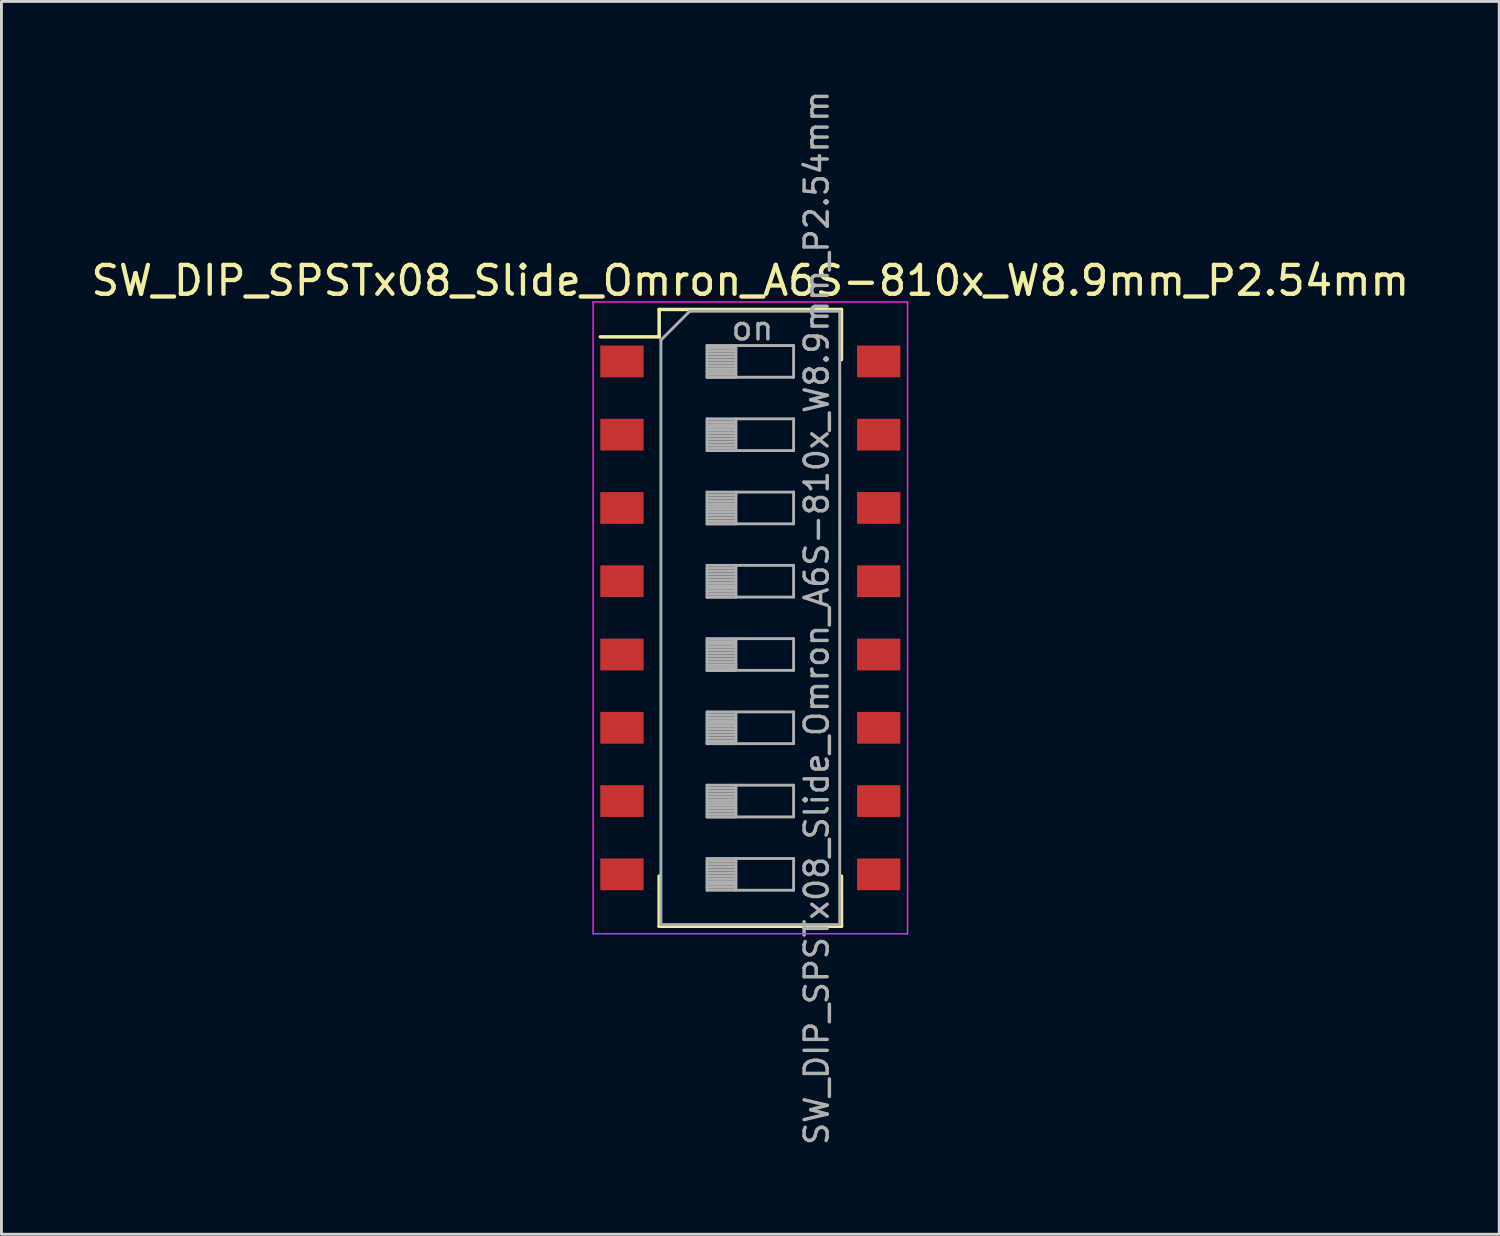
<source format=kicad_pcb>
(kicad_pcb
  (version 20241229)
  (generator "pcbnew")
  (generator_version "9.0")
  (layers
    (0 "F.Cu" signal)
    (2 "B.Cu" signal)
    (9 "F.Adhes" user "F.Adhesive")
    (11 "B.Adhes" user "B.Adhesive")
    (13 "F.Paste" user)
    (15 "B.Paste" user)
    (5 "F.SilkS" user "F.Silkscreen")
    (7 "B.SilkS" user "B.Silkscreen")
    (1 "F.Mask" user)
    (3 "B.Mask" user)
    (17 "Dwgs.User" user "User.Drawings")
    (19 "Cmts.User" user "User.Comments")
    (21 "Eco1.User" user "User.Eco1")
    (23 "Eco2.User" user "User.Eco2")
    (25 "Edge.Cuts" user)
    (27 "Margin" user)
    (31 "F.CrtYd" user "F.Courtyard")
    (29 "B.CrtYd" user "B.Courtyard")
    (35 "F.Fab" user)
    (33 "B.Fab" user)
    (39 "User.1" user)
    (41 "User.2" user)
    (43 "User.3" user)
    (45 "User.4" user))
  (footprint "SW_DIP_SPSTx08_Slide_Omron_A6S-810x_W8.9mm_P2.54mm"
    (layer "F.Cu")
    (at 22.958 18.367)
    (property "Reference" "SW_DIP_SPSTx08_Slide_Omron_A6S-810x_W8.9mm_P2.54mm" (at 0 -11.69 0) (layer "F.SilkS") (effects (font (size 1 1) (thickness 0.15))))
    (attr smd)
    (fp_line (start -5.2 -9.741) (end -3.16 -9.741) (stroke (width 0.12) (type solid)) (layer "F.SilkS"))
    (fp_line (start -3.16 -10.69) (end -3.16 -9.741) (stroke (width 0.12) (type solid)) (layer "F.SilkS"))
    (fp_line (start -3.16 -10.69) (end 3.16 -10.69) (stroke (width 0.12) (type solid)) (layer "F.SilkS"))
    (fp_line (start -3.16 8.95) (end -3.16 10.69) (stroke (width 0.12) (type solid)) (layer "F.SilkS"))
    (fp_line (start -3.16 10.69) (end 3.16 10.69) (stroke (width 0.12) (type solid)) (layer "F.SilkS"))
    (fp_line (start 3.16 -10.69) (end 3.16 -8.951) (stroke (width 0.12) (type solid)) (layer "F.SilkS"))
    (fp_line (start 3.16 8.95) (end 3.16 10.69) (stroke (width 0.12) (type solid)) (layer "F.SilkS"))
    (fp_line (start -5.45 -10.95) (end -5.45 10.95) (stroke (width 0.05) (type solid)) (layer "F.CrtYd"))
    (fp_line (start -5.45 10.95) (end 5.45 10.95) (stroke (width 0.05) (type solid)) (layer "F.CrtYd"))
    (fp_line (start 5.45 -10.95) (end -5.45 -10.95) (stroke (width 0.05) (type solid)) (layer "F.CrtYd"))
    (fp_line (start 5.45 10.95) (end 5.45 -10.95) (stroke (width 0.05) (type solid)) (layer "F.CrtYd"))
    (fp_line (start -3.1 -9.63) (end -2.1 -10.63) (stroke (width 0.1) (type solid)) (layer "F.Fab"))
    (fp_line (start -3.1 10.63) (end -3.1 -9.63) (stroke (width 0.1) (type solid)) (layer "F.Fab"))
    (fp_line (start -2.1 -10.63) (end 3.1 -10.63) (stroke (width 0.1) (type solid)) (layer "F.Fab"))
    (fp_line (start -1.5 -9.44) (end -1.5 -8.34) (stroke (width 0.1) (type solid)) (layer "F.Fab"))
    (fp_line (start -1.5 -9.34) (end -0.5 -9.34) (stroke (width 0.1) (type solid)) (layer "F.Fab"))
    (fp_line (start -1.5 -9.24) (end -0.5 -9.24) (stroke (width 0.1) (type solid)) (layer "F.Fab"))
    (fp_line (start -1.5 -9.14) (end -0.5 -9.14) (stroke (width 0.1) (type solid)) (layer "F.Fab"))
    (fp_line (start -1.5 -9.04) (end -0.5 -9.04) (stroke (width 0.1) (type solid)) (layer "F.Fab"))
    (fp_line (start -1.5 -8.94) (end -0.5 -8.94) (stroke (width 0.1) (type solid)) (layer "F.Fab"))
    (fp_line (start -1.5 -8.84) (end -0.5 -8.84) (stroke (width 0.1) (type solid)) (layer "F.Fab"))
    (fp_line (start -1.5 -8.74) (end -0.5 -8.74) (stroke (width 0.1) (type solid)) (layer "F.Fab"))
    (fp_line (start -1.5 -8.64) (end -0.5 -8.64) (stroke (width 0.1) (type solid)) (layer "F.Fab"))
    (fp_line (start -1.5 -8.54) (end -0.5 -8.54) (stroke (width 0.1) (type solid)) (layer "F.Fab"))
    (fp_line (start -1.5 -8.44) (end -0.5 -8.44) (stroke (width 0.1) (type solid)) (layer "F.Fab"))
    (fp_line (start -1.5 -8.34) (end -0.5 -8.34) (stroke (width 0.1) (type solid)) (layer "F.Fab"))
    (fp_line (start -1.5 -8.34) (end 1.5 -8.34) (stroke (width 0.1) (type solid)) (layer "F.Fab"))
    (fp_line (start -1.5 -6.9) (end -1.5 -5.8) (stroke (width 0.1) (type solid)) (layer "F.Fab"))
    (fp_line (start -1.5 -6.8) (end -0.5 -6.8) (stroke (width 0.1) (type solid)) (layer "F.Fab"))
    (fp_line (start -1.5 -6.7) (end -0.5 -6.7) (stroke (width 0.1) (type solid)) (layer "F.Fab"))
    (fp_line (start -1.5 -6.6) (end -0.5 -6.6) (stroke (width 0.1) (type solid)) (layer "F.Fab"))
    (fp_line (start -1.5 -6.5) (end -0.5 -6.5) (stroke (width 0.1) (type solid)) (layer "F.Fab"))
    (fp_line (start -1.5 -6.4) (end -0.5 -6.4) (stroke (width 0.1) (type solid)) (layer "F.Fab"))
    (fp_line (start -1.5 -6.3) (end -0.5 -6.3) (stroke (width 0.1) (type solid)) (layer "F.Fab"))
    (fp_line (start -1.5 -6.2) (end -0.5 -6.2) (stroke (width 0.1) (type solid)) (layer "F.Fab"))
    (fp_line (start -1.5 -6.1) (end -0.5 -6.1) (stroke (width 0.1) (type solid)) (layer "F.Fab"))
    (fp_line (start -1.5 -6) (end -0.5 -6) (stroke (width 0.1) (type solid)) (layer "F.Fab"))
    (fp_line (start -1.5 -5.9) (end -0.5 -5.9) (stroke (width 0.1) (type solid)) (layer "F.Fab"))
    (fp_line (start -1.5 -5.8) (end 1.5 -5.8) (stroke (width 0.1) (type solid)) (layer "F.Fab"))
    (fp_line (start -1.5 -4.36) (end -1.5 -3.26) (stroke (width 0.1) (type solid)) (layer "F.Fab"))
    (fp_line (start -1.5 -4.26) (end -0.5 -4.26) (stroke (width 0.1) (type solid)) (layer "F.Fab"))
    (fp_line (start -1.5 -4.16) (end -0.5 -4.16) (stroke (width 0.1) (type solid)) (layer "F.Fab"))
    (fp_line (start -1.5 -4.06) (end -0.5 -4.06) (stroke (width 0.1) (type solid)) (layer "F.Fab"))
    (fp_line (start -1.5 -3.96) (end -0.5 -3.96) (stroke (width 0.1) (type solid)) (layer "F.Fab"))
    (fp_line (start -1.5 -3.86) (end -0.5 -3.86) (stroke (width 0.1) (type solid)) (layer "F.Fab"))
    (fp_line (start -1.5 -3.76) (end -0.5 -3.76) (stroke (width 0.1) (type solid)) (layer "F.Fab"))
    (fp_line (start -1.5 -3.66) (end -0.5 -3.66) (stroke (width 0.1) (type solid)) (layer "F.Fab"))
    (fp_line (start -1.5 -3.56) (end -0.5 -3.56) (stroke (width 0.1) (type solid)) (layer "F.Fab"))
    (fp_line (start -1.5 -3.46) (end -0.5 -3.46) (stroke (width 0.1) (type solid)) (layer "F.Fab"))
    (fp_line (start -1.5 -3.36) (end -0.5 -3.36) (stroke (width 0.1) (type solid)) (layer "F.Fab"))
    (fp_line (start -1.5 -3.26) (end -0.5 -3.26) (stroke (width 0.1) (type solid)) (layer "F.Fab"))
    (fp_line (start -1.5 -3.26) (end 1.5 -3.26) (stroke (width 0.1) (type solid)) (layer "F.Fab"))
    (fp_line (start -1.5 -1.82) (end -1.5 -0.72) (stroke (width 0.1) (type solid)) (layer "F.Fab"))
    (fp_line (start -1.5 -1.72) (end -0.5 -1.72) (stroke (width 0.1) (type solid)) (layer "F.Fab"))
    (fp_line (start -1.5 -1.62) (end -0.5 -1.62) (stroke (width 0.1) (type solid)) (layer "F.Fab"))
    (fp_line (start -1.5 -1.52) (end -0.5 -1.52) (stroke (width 0.1) (type solid)) (layer "F.Fab"))
    (fp_line (start -1.5 -1.42) (end -0.5 -1.42) (stroke (width 0.1) (type solid)) (layer "F.Fab"))
    (fp_line (start -1.5 -1.32) (end -0.5 -1.32) (stroke (width 0.1) (type solid)) (layer "F.Fab"))
    (fp_line (start -1.5 -1.22) (end -0.5 -1.22) (stroke (width 0.1) (type solid)) (layer "F.Fab"))
    (fp_line (start -1.5 -1.12) (end -0.5 -1.12) (stroke (width 0.1) (type solid)) (layer "F.Fab"))
    (fp_line (start -1.5 -1.02) (end -0.5 -1.02) (stroke (width 0.1) (type solid)) (layer "F.Fab"))
    (fp_line (start -1.5 -0.92) (end -0.5 -0.92) (stroke (width 0.1) (type solid)) (layer "F.Fab"))
    (fp_line (start -1.5 -0.82) (end -0.5 -0.82) (stroke (width 0.1) (type solid)) (layer "F.Fab"))
    (fp_line (start -1.5 -0.72) (end -0.5 -0.72) (stroke (width 0.1) (type solid)) (layer "F.Fab"))
    (fp_line (start -1.5 -0.72) (end 1.5 -0.72) (stroke (width 0.1) (type solid)) (layer "F.Fab"))
    (fp_line (start -1.5 0.72) (end -1.5 1.82) (stroke (width 0.1) (type solid)) (layer "F.Fab"))
    (fp_line (start -1.5 0.82) (end -0.5 0.82) (stroke (width 0.1) (type solid)) (layer "F.Fab"))
    (fp_line (start -1.5 0.92) (end -0.5 0.92) (stroke (width 0.1) (type solid)) (layer "F.Fab"))
    (fp_line (start -1.5 1.02) (end -0.5 1.02) (stroke (width 0.1) (type solid)) (layer "F.Fab"))
    (fp_line (start -1.5 1.12) (end -0.5 1.12) (stroke (width 0.1) (type solid)) (layer "F.Fab"))
    (fp_line (start -1.5 1.22) (end -0.5 1.22) (stroke (width 0.1) (type solid)) (layer "F.Fab"))
    (fp_line (start -1.5 1.32) (end -0.5 1.32) (stroke (width 0.1) (type solid)) (layer "F.Fab"))
    (fp_line (start -1.5 1.42) (end -0.5 1.42) (stroke (width 0.1) (type solid)) (layer "F.Fab"))
    (fp_line (start -1.5 1.52) (end -0.5 1.52) (stroke (width 0.1) (type solid)) (layer "F.Fab"))
    (fp_line (start -1.5 1.62) (end -0.5 1.62) (stroke (width 0.1) (type solid)) (layer "F.Fab"))
    (fp_line (start -1.5 1.72) (end -0.5 1.72) (stroke (width 0.1) (type solid)) (layer "F.Fab"))
    (fp_line (start -1.5 1.82) (end -0.5 1.82) (stroke (width 0.1) (type solid)) (layer "F.Fab"))
    (fp_line (start -1.5 1.82) (end 1.5 1.82) (stroke (width 0.1) (type solid)) (layer "F.Fab"))
    (fp_line (start -1.5 3.26) (end -1.5 4.36) (stroke (width 0.1) (type solid)) (layer "F.Fab"))
    (fp_line (start -1.5 3.36) (end -0.5 3.36) (stroke (width 0.1) (type solid)) (layer "F.Fab"))
    (fp_line (start -1.5 3.46) (end -0.5 3.46) (stroke (width 0.1) (type solid)) (layer "F.Fab"))
    (fp_line (start -1.5 3.56) (end -0.5 3.56) (stroke (width 0.1) (type solid)) (layer "F.Fab"))
    (fp_line (start -1.5 3.66) (end -0.5 3.66) (stroke (width 0.1) (type solid)) (layer "F.Fab"))
    (fp_line (start -1.5 3.76) (end -0.5 3.76) (stroke (width 0.1) (type solid)) (layer "F.Fab"))
    (fp_line (start -1.5 3.86) (end -0.5 3.86) (stroke (width 0.1) (type solid)) (layer "F.Fab"))
    (fp_line (start -1.5 3.96) (end -0.5 3.96) (stroke (width 0.1) (type solid)) (layer "F.Fab"))
    (fp_line (start -1.5 4.06) (end -0.5 4.06) (stroke (width 0.1) (type solid)) (layer "F.Fab"))
    (fp_line (start -1.5 4.16) (end -0.5 4.16) (stroke (width 0.1) (type solid)) (layer "F.Fab"))
    (fp_line (start -1.5 4.26) (end -0.5 4.26) (stroke (width 0.1) (type solid)) (layer "F.Fab"))
    (fp_line (start -1.5 4.36) (end -0.5 4.36) (stroke (width 0.1) (type solid)) (layer "F.Fab"))
    (fp_line (start -1.5 4.36) (end 1.5 4.36) (stroke (width 0.1) (type solid)) (layer "F.Fab"))
    (fp_line (start -1.5 5.8) (end -1.5 6.9) (stroke (width 0.1) (type solid)) (layer "F.Fab"))
    (fp_line (start -1.5 5.9) (end -0.5 5.9) (stroke (width 0.1) (type solid)) (layer "F.Fab"))
    (fp_line (start -1.5 6) (end -0.5 6) (stroke (width 0.1) (type solid)) (layer "F.Fab"))
    (fp_line (start -1.5 6.1) (end -0.5 6.1) (stroke (width 0.1) (type solid)) (layer "F.Fab"))
    (fp_line (start -1.5 6.2) (end -0.5 6.2) (stroke (width 0.1) (type solid)) (layer "F.Fab"))
    (fp_line (start -1.5 6.3) (end -0.5 6.3) (stroke (width 0.1) (type solid)) (layer "F.Fab"))
    (fp_line (start -1.5 6.4) (end -0.5 6.4) (stroke (width 0.1) (type solid)) (layer "F.Fab"))
    (fp_line (start -1.5 6.5) (end -0.5 6.5) (stroke (width 0.1) (type solid)) (layer "F.Fab"))
    (fp_line (start -1.5 6.6) (end -0.5 6.6) (stroke (width 0.1) (type solid)) (layer "F.Fab"))
    (fp_line (start -1.5 6.7) (end -0.5 6.7) (stroke (width 0.1) (type solid)) (layer "F.Fab"))
    (fp_line (start -1.5 6.8) (end -0.5 6.8) (stroke (width 0.1) (type solid)) (layer "F.Fab"))
    (fp_line (start -1.5 6.9) (end -0.5 6.9) (stroke (width 0.1) (type solid)) (layer "F.Fab"))
    (fp_line (start -1.5 6.9) (end 1.5 6.9) (stroke (width 0.1) (type solid)) (layer "F.Fab"))
    (fp_line (start -1.5 8.34) (end -1.5 9.44) (stroke (width 0.1) (type solid)) (layer "F.Fab"))
    (fp_line (start -1.5 8.44) (end -0.5 8.44) (stroke (width 0.1) (type solid)) (layer "F.Fab"))
    (fp_line (start -1.5 8.54) (end -0.5 8.54) (stroke (width 0.1) (type solid)) (layer "F.Fab"))
    (fp_line (start -1.5 8.64) (end -0.5 8.64) (stroke (width 0.1) (type solid)) (layer "F.Fab"))
    (fp_line (start -1.5 8.74) (end -0.5 8.74) (stroke (width 0.1) (type solid)) (layer "F.Fab"))
    (fp_line (start -1.5 8.84) (end -0.5 8.84) (stroke (width 0.1) (type solid)) (layer "F.Fab"))
    (fp_line (start -1.5 8.94) (end -0.5 8.94) (stroke (width 0.1) (type solid)) (layer "F.Fab"))
    (fp_line (start -1.5 9.04) (end -0.5 9.04) (stroke (width 0.1) (type solid)) (layer "F.Fab"))
    (fp_line (start -1.5 9.14) (end -0.5 9.14) (stroke (width 0.1) (type solid)) (layer "F.Fab"))
    (fp_line (start -1.5 9.24) (end -0.5 9.24) (stroke (width 0.1) (type solid)) (layer "F.Fab"))
    (fp_line (start -1.5 9.34) (end -0.5 9.34) (stroke (width 0.1) (type solid)) (layer "F.Fab"))
    (fp_line (start -1.5 9.44) (end 1.5 9.44) (stroke (width 0.1) (type solid)) (layer "F.Fab"))
    (fp_line (start -0.5 -9.44) (end -0.5 -8.34) (stroke (width 0.1) (type solid)) (layer "F.Fab"))
    (fp_line (start -0.5 -6.9) (end -0.5 -5.8) (stroke (width 0.1) (type solid)) (layer "F.Fab"))
    (fp_line (start -0.5 -4.36) (end -0.5 -3.26) (stroke (width 0.1) (type solid)) (layer "F.Fab"))
    (fp_line (start -0.5 -1.82) (end -0.5 -0.72) (stroke (width 0.1) (type solid)) (layer "F.Fab"))
    (fp_line (start -0.5 0.72) (end -0.5 1.82) (stroke (width 0.1) (type solid)) (layer "F.Fab"))
    (fp_line (start -0.5 3.26) (end -0.5 4.36) (stroke (width 0.1) (type solid)) (layer "F.Fab"))
    (fp_line (start -0.5 5.8) (end -0.5 6.9) (stroke (width 0.1) (type solid)) (layer "F.Fab"))
    (fp_line (start -0.5 8.34) (end -0.5 9.44) (stroke (width 0.1) (type solid)) (layer "F.Fab"))
    (fp_line (start 1.5 -9.44) (end -1.5 -9.44) (stroke (width 0.1) (type solid)) (layer "F.Fab"))
    (fp_line (start 1.5 -8.34) (end 1.5 -9.44) (stroke (width 0.1) (type solid)) (layer "F.Fab"))
    (fp_line (start 1.5 -6.9) (end -1.5 -6.9) (stroke (width 0.1) (type solid)) (layer "F.Fab"))
    (fp_line (start 1.5 -5.8) (end 1.5 -6.9) (stroke (width 0.1) (type solid)) (layer "F.Fab"))
    (fp_line (start 1.5 -4.36) (end -1.5 -4.36) (stroke (width 0.1) (type solid)) (layer "F.Fab"))
    (fp_line (start 1.5 -3.26) (end 1.5 -4.36) (stroke (width 0.1) (type solid)) (layer "F.Fab"))
    (fp_line (start 1.5 -1.82) (end -1.5 -1.82) (stroke (width 0.1) (type solid)) (layer "F.Fab"))
    (fp_line (start 1.5 -0.72) (end 1.5 -1.82) (stroke (width 0.1) (type solid)) (layer "F.Fab"))
    (fp_line (start 1.5 0.72) (end -1.5 0.72) (stroke (width 0.1) (type solid)) (layer "F.Fab"))
    (fp_line (start 1.5 1.82) (end 1.5 0.72) (stroke (width 0.1) (type solid)) (layer "F.Fab"))
    (fp_line (start 1.5 3.26) (end -1.5 3.26) (stroke (width 0.1) (type solid)) (layer "F.Fab"))
    (fp_line (start 1.5 4.36) (end 1.5 3.26) (stroke (width 0.1) (type solid)) (layer "F.Fab"))
    (fp_line (start 1.5 5.8) (end -1.5 5.8) (stroke (width 0.1) (type solid)) (layer "F.Fab"))
    (fp_line (start 1.5 6.9) (end 1.5 5.8) (stroke (width 0.1) (type solid)) (layer "F.Fab"))
    (fp_line (start 1.5 8.34) (end -1.5 8.34) (stroke (width 0.1) (type solid)) (layer "F.Fab"))
    (fp_line (start 1.5 9.44) (end 1.5 8.34) (stroke (width 0.1) (type solid)) (layer "F.Fab"))
    (fp_line (start 3.1 -10.63) (end 3.1 10.63) (stroke (width 0.1) (type solid)) (layer "F.Fab"))
    (fp_line (start 3.1 10.63) (end -3.1 10.63) (stroke (width 0.1) (type solid)) (layer "F.Fab"))
    (fp_text user "${REFERENCE}" (at 2.3 0 90) (layer "F.Fab") (effects (font (size 0.8 0.8) (thickness 0.12))))
    (fp_text user "on" (at 0.075 -10.035 0) (layer "F.Fab") (effects (font (size 0.8 0.8) (thickness 0.12))))
    (pad "1" smd rect (at -4.45 -8.89) (size 1.5 1.1) (layers "F.Cu" "F.Mask" "F.Paste"))
    (pad "2" smd rect (at -4.45 -6.35) (size 1.5 1.1) (layers "F.Cu" "F.Mask" "F.Paste"))
    (pad "3" smd rect (at -4.45 -3.81) (size 1.5 1.1) (layers "F.Cu" "F.Mask" "F.Paste"))
    (pad "4" smd rect (at -4.45 -1.27) (size 1.5 1.1) (layers "F.Cu" "F.Mask" "F.Paste"))
    (pad "5" smd rect (at -4.45 1.27) (size 1.5 1.1) (layers "F.Cu" "F.Mask" "F.Paste"))
    (pad "6" smd rect (at -4.45 3.81) (size 1.5 1.1) (layers "F.Cu" "F.Mask" "F.Paste"))
    (pad "7" smd rect (at -4.45 6.35) (size 1.5 1.1) (layers "F.Cu" "F.Mask" "F.Paste"))
    (pad "8" smd rect (at -4.45 8.89) (size 1.5 1.1) (layers "F.Cu" "F.Mask" "F.Paste"))
    (pad "9" smd rect (at 4.45 8.89) (size 1.5 1.1) (layers "F.Cu" "F.Mask" "F.Paste"))
    (pad "10" smd rect (at 4.45 6.35) (size 1.5 1.1) (layers "F.Cu" "F.Mask" "F.Paste"))
    (pad "11" smd rect (at 4.45 3.81) (size 1.5 1.1) (layers "F.Cu" "F.Mask" "F.Paste"))
    (pad "12" smd rect (at 4.45 1.27) (size 1.5 1.1) (layers "F.Cu" "F.Mask" "F.Paste"))
    (pad "13" smd rect (at 4.45 -1.27) (size 1.5 1.1) (layers "F.Cu" "F.Mask" "F.Paste"))
    (pad "14" smd rect (at 4.45 -3.81) (size 1.5 1.1) (layers "F.Cu" "F.Mask" "F.Paste"))
    (pad "15" smd rect (at 4.45 -6.35) (size 1.5 1.1) (layers "F.Cu" "F.Mask" "F.Paste"))
    (pad "16" smd rect (at 4.45 -8.89) (size 1.5 1.1) (layers "F.Cu" "F.Mask" "F.Paste")))
  (gr_rect
    (start -3 -3)
    (end 48.917 39.733)
    (stroke (width 0.1) (type default))
    (fill no)
    (layer "Edge.Cuts")))
</source>
